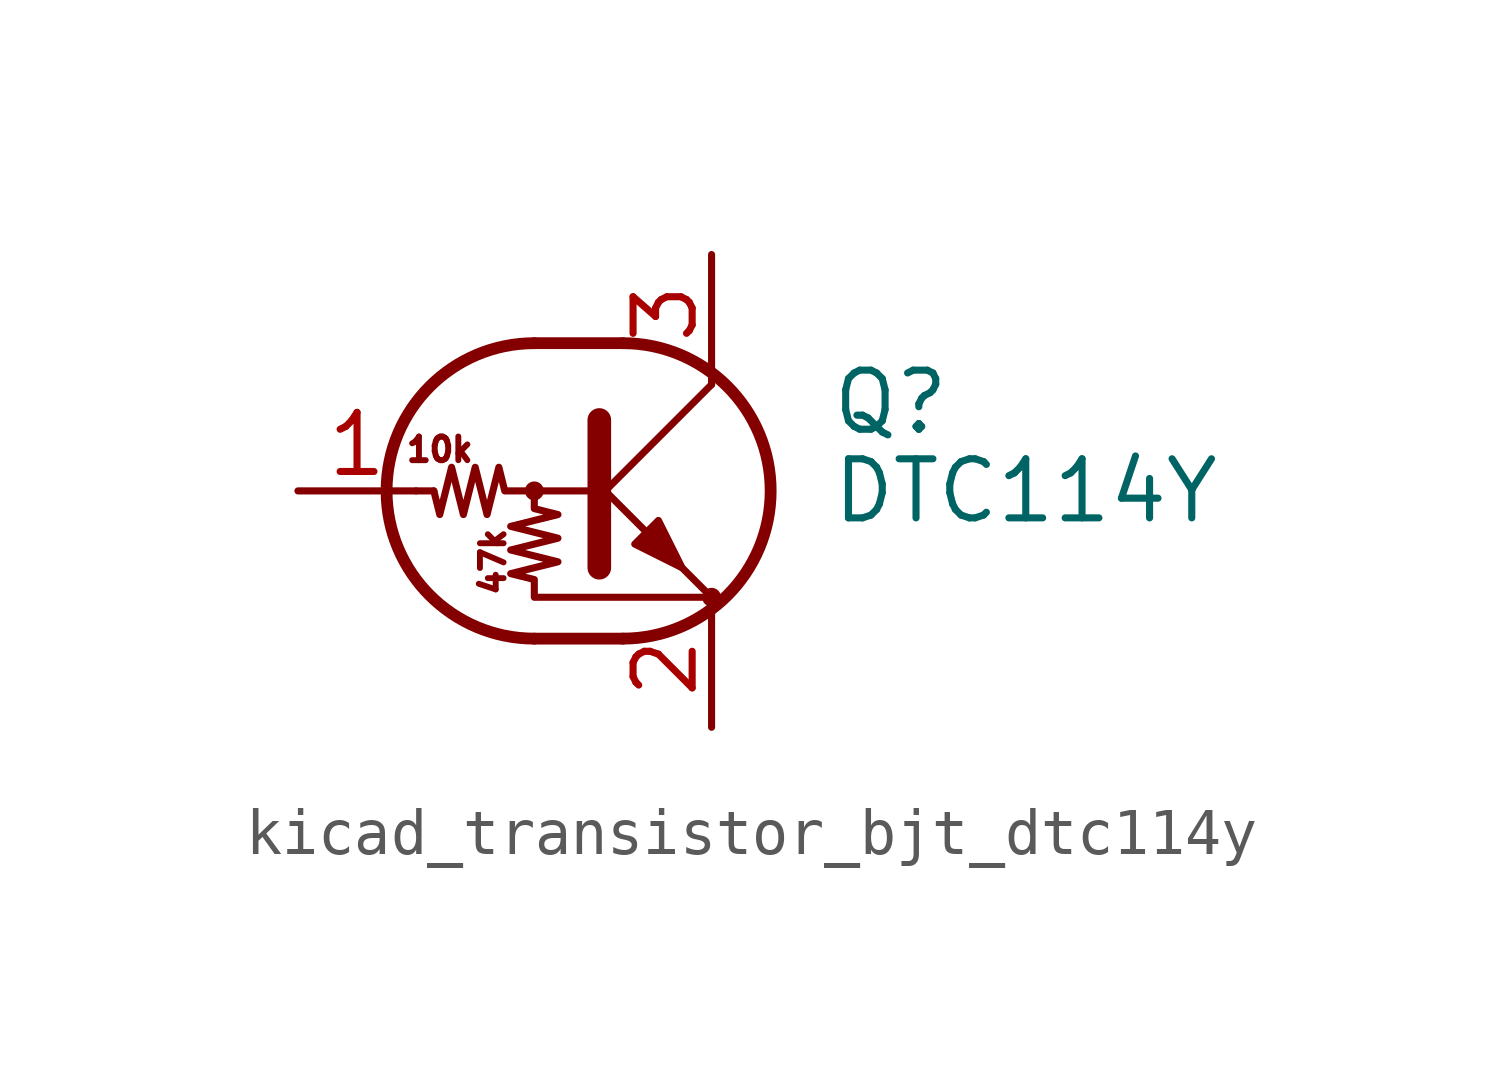
<source format=kicad_sym>
(kicad_symbol_lib
  (version 20220914)
  (generator kicad_symbol_editor)
  (symbol "kicad_transistor_bjt_dtc114y"
    (pin_names
      (offset 0) hide)
    (property "Reference" "Q"
      (at 5.08 1.905 0)
      (effects (font (size 1.27 1.27)) (justify left)))
    (property "Value" "DTC114Y"
      (at 5.08 0 0)
      (effects (font (size 1.27 1.27)) (justify left)))
    (symbol "kicad_transistor_bjt_dtc114y_0_0"
      (text "10k" (at -3.302 0.889 0) (effects (font (size 0.508 0.508))))
      (text "47k" (at -2.159 -1.524 900) (effects (font (size 0.508 0.508)))))
    (symbol "kicad_transistor_bjt_dtc114y_0_1"
      (circle (center -1.27 0) (radius 0.127) (stroke (width 0) (type default)) (fill (type none)))
      (arc (start -1.27 3.175) (mid -4.4312 0) (end -1.27 -3.175) (stroke (width 0.254) (type default)) (fill (type none)))
      (polyline (pts (xy -3.429 0) (xy -3.81 0)) (stroke (width 0) (type default)) (fill (type none)))
      (polyline (pts (xy -1.27 -3.175) (xy 0.635 -3.175)) (stroke (width 0.254) (type default)) (fill (type none)))
      (polyline (pts (xy -1.27 3.175) (xy 0.635 3.175)) (stroke (width 0.254) (type default)) (fill (type none)))
      (polyline (pts (xy 0 -0.254) (xy 2.54 2.286)) (stroke (width 0) (type default)) (fill (type none)))
      (polyline (pts (xy 0.127 1.524) (xy 0.127 -1.651)) (stroke (width 0.508) (type default)) (fill (type outline)))
      (polyline (pts (xy 2.54 2.286) (xy 2.54 2.54)) (stroke (width 0) (type default)) (fill (type none)))
      (polyline (pts (xy 2.54 -2.286) (xy 0 0.254) (xy 0 0.254)) (stroke (width 0) (type default)) (fill (type none)))
      (polyline (pts (xy 0.889 -1.143) (xy 1.397 -0.635) (xy 1.905 -1.651) (xy 0.889 -1.143)) (stroke (width 0) (type default)) (fill (type outline)))
      (polyline (pts (xy 0 0) (xy -1.905 0) (xy -2.032 0.508) (xy -2.286 -0.508) (xy -2.54 0.508) (xy -2.794 -0.508) (xy -3.048 0.508) (xy -3.302 -0.508) (xy -3.429 0)) (stroke (width 0) (type default)) (fill (type none)))
      (polyline (pts (xy -1.27 0) (xy -1.27 -0.381) (xy -0.762 -0.508) (xy -1.778 -0.762) (xy -0.762 -1.016) (xy -1.778 -1.27) (xy -0.762 -1.524) (xy -1.778 -1.778) (xy -1.27 -1.905) (xy -1.27 -2.286) (xy 2.54 -2.286)) (stroke (width 0) (type default)) (fill (type none)))
      (arc (start 0.635 -3.175) (mid 3.7962 0) (end 0.635 3.175) (stroke (width 0.254) (type default)) (fill (type none)))
      (circle (center 2.54 -2.286) (radius 0.127) (stroke (width 0) (type default)) (fill (type none))))
    (symbol "kicad_transistor_bjt_dtc114y_1_1"
      (pin input line (at -6.35 0 0) (length 2.54) (name "B" (effects (font (size 1.27 1.27)))) (number "1" (effects (font (size 1.27 1.27)))))
      (pin passive line (at 2.54 -5.08 90) (length 2.54) (name "E" (effects (font (size 1.27 1.27)))) (number "2" (effects (font (size 1.27 1.27)))))
      (pin passive line (at 2.54 5.08 270) (length 2.54) (name "C" (effects (font (size 1.27 1.27)))) (number "3" (effects (font (size 1.27 1.27))))))))
</source>
